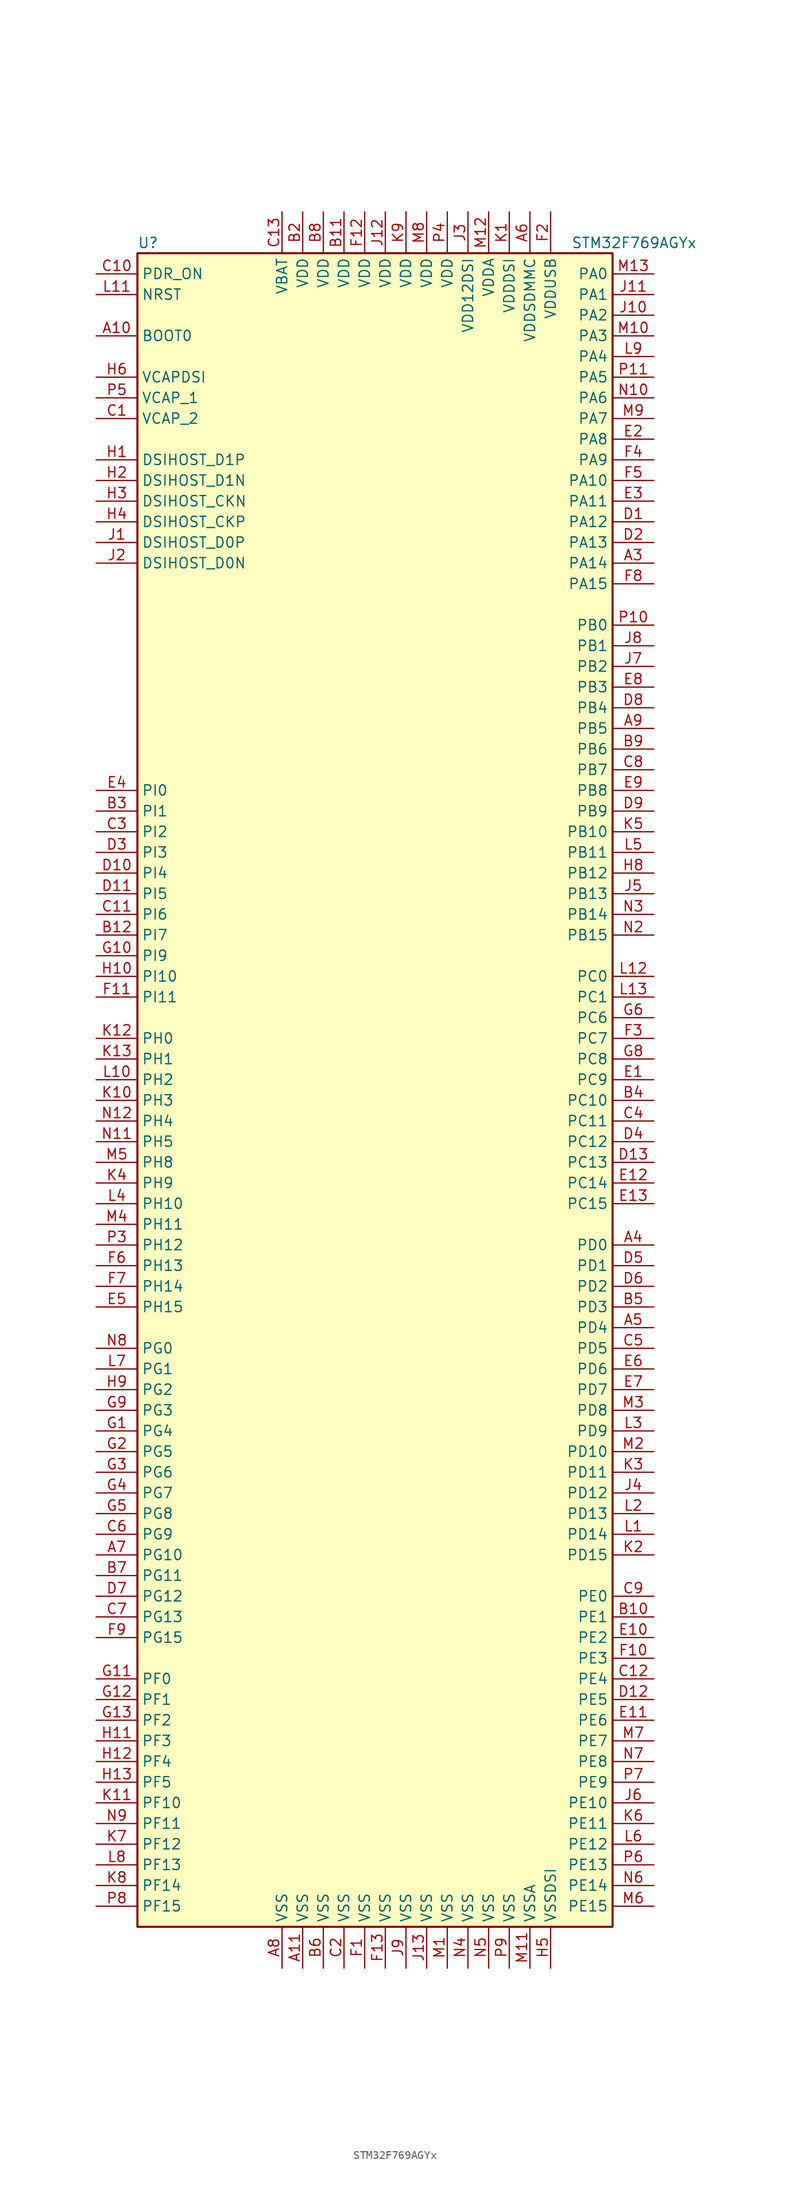
<source format=kicad_sym>
(kicad_symbol_lib
  (version 20200908)
  (generator kicad_symbol_editor)
  (symbol "MCU_ST_STM32F7:STM32F769AGYx"
    (property "Reference" "U"
      (at -30.48 102.87 0)
      (effects (font (size 1.27 1.27)) (justify left)))
    (property "Value" "STM32F769AGYx"
      (at 22.86 102.87 0)
      (effects (font (size 1.27 1.27)) (justify left)))
    (symbol "STM32F769AGYx_0_1"
      (rectangle (start -30.48 -104.14) (end 27.94 101.6) (stroke (width 0.254)) (fill (type background))))
    (symbol "STM32F769AGYx_1_1"
      (pin input line (at -35.56 91.44 0) (length 5.08) (name "BOOT0" (effects (font (size 1.27 1.27)))) (number "A10" (effects (font (size 1.27 1.27)))))
      (pin bidirectional line (at -35.56 71.12 0) (length 5.08) (name "DSIHOST_CKN" (effects (font (size 1.27 1.27)))) (number "H3" (effects (font (size 1.27 1.27)))))
      (pin bidirectional line (at -35.56 68.58 0) (length 5.08) (name "DSIHOST_CKP" (effects (font (size 1.27 1.27)))) (number "H4" (effects (font (size 1.27 1.27)))))
      (pin bidirectional line (at -35.56 63.5 0) (length 5.08) (name "DSIHOST_D0N" (effects (font (size 1.27 1.27)))) (number "J2" (effects (font (size 1.27 1.27)))))
      (pin bidirectional line (at -35.56 66.04 0) (length 5.08) (name "DSIHOST_D0P" (effects (font (size 1.27 1.27)))) (number "J1" (effects (font (size 1.27 1.27)))))
      (pin bidirectional line (at -35.56 73.66 0) (length 5.08) (name "DSIHOST_D1N" (effects (font (size 1.27 1.27)))) (number "H2" (effects (font (size 1.27 1.27)))))
      (pin bidirectional line (at -35.56 76.2 0) (length 5.08) (name "DSIHOST_D1P" (effects (font (size 1.27 1.27)))) (number "H1" (effects (font (size 1.27 1.27)))))
      (pin unconnected line (at -30.48 -101.6 0) (length 5.08) hide (name "NC" (effects (font (size 1.27 1.27)))) (number "A1" (effects (font (size 1.27 1.27)))))
      (pin unconnected line (at -30.48 -96.52 0) (length 5.08) hide (name "NC" (effects (font (size 1.27 1.27)))) (number "A12" (effects (font (size 1.27 1.27)))))
      (pin unconnected line (at -30.48 -93.98 0) (length 5.08) hide (name "NC" (effects (font (size 1.27 1.27)))) (number "A13" (effects (font (size 1.27 1.27)))))
      (pin unconnected line (at -30.48 -99.06 0) (length 5.08) hide (name "NC" (effects (font (size 1.27 1.27)))) (number "A2" (effects (font (size 1.27 1.27)))))
      (pin unconnected line (at -30.48 -91.44 0) (length 5.08) hide (name "NC" (effects (font (size 1.27 1.27)))) (number "B1" (effects (font (size 1.27 1.27)))))
      (pin unconnected line (at -30.48 -88.9 0) (length 5.08) hide (name "NC" (effects (font (size 1.27 1.27)))) (number "B13" (effects (font (size 1.27 1.27)))))
      (pin unconnected line (at -30.48 -86.36 0) (length 5.08) hide (name "NC" (effects (font (size 1.27 1.27)))) (number "N1" (effects (font (size 1.27 1.27)))))
      (pin unconnected line (at -30.48 -83.82 0) (length 5.08) hide (name "NC" (effects (font (size 1.27 1.27)))) (number "N13" (effects (font (size 1.27 1.27)))))
      (pin unconnected line (at -30.48 -81.28 0) (length 5.08) hide (name "NC" (effects (font (size 1.27 1.27)))) (number "P1" (effects (font (size 1.27 1.27)))))
      (pin unconnected line (at -30.48 -76.2 0) (length 5.08) hide (name "NC" (effects (font (size 1.27 1.27)))) (number "P12" (effects (font (size 1.27 1.27)))))
      (pin unconnected line (at -30.48 -73.66 0) (length 5.08) hide (name "NC" (effects (font (size 1.27 1.27)))) (number "P13" (effects (font (size 1.27 1.27)))))
      (pin unconnected line (at -30.48 -78.74 0) (length 5.08) hide (name "NC" (effects (font (size 1.27 1.27)))) (number "P2" (effects (font (size 1.27 1.27)))))
      (pin input line (at -35.56 96.52 0) (length 5.08) (name "NRST" (effects (font (size 1.27 1.27)))) (number "L11" (effects (font (size 1.27 1.27)))))
      (pin bidirectional line (at 33.02 99.06 180) (length 5.08) (name "PA0" (effects (font (size 1.27 1.27)))) (number "M13" (effects (font (size 1.27 1.27)))))
      (pin bidirectional line (at 33.02 96.52 180) (length 5.08) (name "PA1" (effects (font (size 1.27 1.27)))) (number "J11" (effects (font (size 1.27 1.27)))))
      (pin bidirectional line (at 33.02 73.66 180) (length 5.08) (name "PA10" (effects (font (size 1.27 1.27)))) (number "F5" (effects (font (size 1.27 1.27)))))
      (pin bidirectional line (at 33.02 71.12 180) (length 5.08) (name "PA11" (effects (font (size 1.27 1.27)))) (number "E3" (effects (font (size 1.27 1.27)))))
      (pin bidirectional line (at 33.02 68.58 180) (length 5.08) (name "PA12" (effects (font (size 1.27 1.27)))) (number "D1" (effects (font (size 1.27 1.27)))))
      (pin bidirectional line (at 33.02 66.04 180) (length 5.08) (name "PA13" (effects (font (size 1.27 1.27)))) (number "D2" (effects (font (size 1.27 1.27)))))
      (pin bidirectional line (at 33.02 63.5 180) (length 5.08) (name "PA14" (effects (font (size 1.27 1.27)))) (number "A3" (effects (font (size 1.27 1.27)))))
      (pin bidirectional line (at 33.02 60.96 180) (length 5.08) (name "PA15" (effects (font (size 1.27 1.27)))) (number "F8" (effects (font (size 1.27 1.27)))))
      (pin bidirectional line (at 33.02 93.98 180) (length 5.08) (name "PA2" (effects (font (size 1.27 1.27)))) (number "J10" (effects (font (size 1.27 1.27)))))
      (pin bidirectional line (at 33.02 91.44 180) (length 5.08) (name "PA3" (effects (font (size 1.27 1.27)))) (number "M10" (effects (font (size 1.27 1.27)))))
      (pin bidirectional line (at 33.02 88.9 180) (length 5.08) (name "PA4" (effects (font (size 1.27 1.27)))) (number "L9" (effects (font (size 1.27 1.27)))))
      (pin bidirectional line (at 33.02 86.36 180) (length 5.08) (name "PA5" (effects (font (size 1.27 1.27)))) (number "P11" (effects (font (size 1.27 1.27)))))
      (pin bidirectional line (at 33.02 83.82 180) (length 5.08) (name "PA6" (effects (font (size 1.27 1.27)))) (number "N10" (effects (font (size 1.27 1.27)))))
      (pin bidirectional line (at 33.02 81.28 180) (length 5.08) (name "PA7" (effects (font (size 1.27 1.27)))) (number "M9" (effects (font (size 1.27 1.27)))))
      (pin bidirectional line (at 33.02 78.74 180) (length 5.08) (name "PA8" (effects (font (size 1.27 1.27)))) (number "E2" (effects (font (size 1.27 1.27)))))
      (pin bidirectional line (at 33.02 76.2 180) (length 5.08) (name "PA9" (effects (font (size 1.27 1.27)))) (number "F4" (effects (font (size 1.27 1.27)))))
      (pin bidirectional line (at 33.02 55.88 180) (length 5.08) (name "PB0" (effects (font (size 1.27 1.27)))) (number "P10" (effects (font (size 1.27 1.27)))))
      (pin bidirectional line (at 33.02 53.34 180) (length 5.08) (name "PB1" (effects (font (size 1.27 1.27)))) (number "J8" (effects (font (size 1.27 1.27)))))
      (pin bidirectional line (at 33.02 30.48 180) (length 5.08) (name "PB10" (effects (font (size 1.27 1.27)))) (number "K5" (effects (font (size 1.27 1.27)))))
      (pin bidirectional line (at 33.02 27.94 180) (length 5.08) (name "PB11" (effects (font (size 1.27 1.27)))) (number "L5" (effects (font (size 1.27 1.27)))))
      (pin bidirectional line (at 33.02 25.4 180) (length 5.08) (name "PB12" (effects (font (size 1.27 1.27)))) (number "H8" (effects (font (size 1.27 1.27)))))
      (pin bidirectional line (at 33.02 22.86 180) (length 5.08) (name "PB13" (effects (font (size 1.27 1.27)))) (number "J5" (effects (font (size 1.27 1.27)))))
      (pin bidirectional line (at 33.02 20.32 180) (length 5.08) (name "PB14" (effects (font (size 1.27 1.27)))) (number "N3" (effects (font (size 1.27 1.27)))))
      (pin bidirectional line (at 33.02 17.78 180) (length 5.08) (name "PB15" (effects (font (size 1.27 1.27)))) (number "N2" (effects (font (size 1.27 1.27)))))
      (pin bidirectional line (at 33.02 50.8 180) (length 5.08) (name "PB2" (effects (font (size 1.27 1.27)))) (number "J7" (effects (font (size 1.27 1.27)))))
      (pin bidirectional line (at 33.02 48.26 180) (length 5.08) (name "PB3" (effects (font (size 1.27 1.27)))) (number "E8" (effects (font (size 1.27 1.27)))))
      (pin bidirectional line (at 33.02 45.72 180) (length 5.08) (name "PB4" (effects (font (size 1.27 1.27)))) (number "D8" (effects (font (size 1.27 1.27)))))
      (pin bidirectional line (at 33.02 43.18 180) (length 5.08) (name "PB5" (effects (font (size 1.27 1.27)))) (number "A9" (effects (font (size 1.27 1.27)))))
      (pin bidirectional line (at 33.02 40.64 180) (length 5.08) (name "PB6" (effects (font (size 1.27 1.27)))) (number "B9" (effects (font (size 1.27 1.27)))))
      (pin bidirectional line (at 33.02 38.1 180) (length 5.08) (name "PB7" (effects (font (size 1.27 1.27)))) (number "C8" (effects (font (size 1.27 1.27)))))
      (pin bidirectional line (at 33.02 35.56 180) (length 5.08) (name "PB8" (effects (font (size 1.27 1.27)))) (number "E9" (effects (font (size 1.27 1.27)))))
      (pin bidirectional line (at 33.02 33.02 180) (length 5.08) (name "PB9" (effects (font (size 1.27 1.27)))) (number "D9" (effects (font (size 1.27 1.27)))))
      (pin bidirectional line (at 33.02 12.7 180) (length 5.08) (name "PC0" (effects (font (size 1.27 1.27)))) (number "L12" (effects (font (size 1.27 1.27)))))
      (pin bidirectional line (at 33.02 10.16 180) (length 5.08) (name "PC1" (effects (font (size 1.27 1.27)))) (number "L13" (effects (font (size 1.27 1.27)))))
      (pin bidirectional line (at 33.02 -2.54 180) (length 5.08) (name "PC10" (effects (font (size 1.27 1.27)))) (number "B4" (effects (font (size 1.27 1.27)))))
      (pin bidirectional line (at 33.02 -5.08 180) (length 5.08) (name "PC11" (effects (font (size 1.27 1.27)))) (number "C4" (effects (font (size 1.27 1.27)))))
      (pin bidirectional line (at 33.02 -7.62 180) (length 5.08) (name "PC12" (effects (font (size 1.27 1.27)))) (number "D4" (effects (font (size 1.27 1.27)))))
      (pin bidirectional line (at 33.02 -10.16 180) (length 5.08) (name "PC13" (effects (font (size 1.27 1.27)))) (number "D13" (effects (font (size 1.27 1.27)))))
      (pin bidirectional line (at 33.02 -12.7 180) (length 5.08) (name "PC14" (effects (font (size 1.27 1.27)))) (number "E12" (effects (font (size 1.27 1.27)))))
      (pin bidirectional line (at 33.02 -15.24 180) (length 5.08) (name "PC15" (effects (font (size 1.27 1.27)))) (number "E13" (effects (font (size 1.27 1.27)))))
      (pin bidirectional line (at 33.02 7.62 180) (length 5.08) (name "PC6" (effects (font (size 1.27 1.27)))) (number "G6" (effects (font (size 1.27 1.27)))))
      (pin bidirectional line (at 33.02 5.08 180) (length 5.08) (name "PC7" (effects (font (size 1.27 1.27)))) (number "F3" (effects (font (size 1.27 1.27)))))
      (pin bidirectional line (at 33.02 2.54 180) (length 5.08) (name "PC8" (effects (font (size 1.27 1.27)))) (number "G8" (effects (font (size 1.27 1.27)))))
      (pin bidirectional line (at 33.02 0 180) (length 5.08) (name "PC9" (effects (font (size 1.27 1.27)))) (number "E1" (effects (font (size 1.27 1.27)))))
      (pin bidirectional line (at 33.02 -20.32 180) (length 5.08) (name "PD0" (effects (font (size 1.27 1.27)))) (number "A4" (effects (font (size 1.27 1.27)))))
      (pin bidirectional line (at 33.02 -22.86 180) (length 5.08) (name "PD1" (effects (font (size 1.27 1.27)))) (number "D5" (effects (font (size 1.27 1.27)))))
      (pin bidirectional line (at 33.02 -45.72 180) (length 5.08) (name "PD10" (effects (font (size 1.27 1.27)))) (number "M2" (effects (font (size 1.27 1.27)))))
      (pin bidirectional line (at 33.02 -48.26 180) (length 5.08) (name "PD11" (effects (font (size 1.27 1.27)))) (number "K3" (effects (font (size 1.27 1.27)))))
      (pin bidirectional line (at 33.02 -50.8 180) (length 5.08) (name "PD12" (effects (font (size 1.27 1.27)))) (number "J4" (effects (font (size 1.27 1.27)))))
      (pin bidirectional line (at 33.02 -53.34 180) (length 5.08) (name "PD13" (effects (font (size 1.27 1.27)))) (number "L2" (effects (font (size 1.27 1.27)))))
      (pin bidirectional line (at 33.02 -55.88 180) (length 5.08) (name "PD14" (effects (font (size 1.27 1.27)))) (number "L1" (effects (font (size 1.27 1.27)))))
      (pin bidirectional line (at 33.02 -58.42 180) (length 5.08) (name "PD15" (effects (font (size 1.27 1.27)))) (number "K2" (effects (font (size 1.27 1.27)))))
      (pin bidirectional line (at 33.02 -25.4 180) (length 5.08) (name "PD2" (effects (font (size 1.27 1.27)))) (number "D6" (effects (font (size 1.27 1.27)))))
      (pin bidirectional line (at 33.02 -27.94 180) (length 5.08) (name "PD3" (effects (font (size 1.27 1.27)))) (number "B5" (effects (font (size 1.27 1.27)))))
      (pin bidirectional line (at 33.02 -30.48 180) (length 5.08) (name "PD4" (effects (font (size 1.27 1.27)))) (number "A5" (effects (font (size 1.27 1.27)))))
      (pin bidirectional line (at 33.02 -33.02 180) (length 5.08) (name "PD5" (effects (font (size 1.27 1.27)))) (number "C5" (effects (font (size 1.27 1.27)))))
      (pin bidirectional line (at 33.02 -35.56 180) (length 5.08) (name "PD6" (effects (font (size 1.27 1.27)))) (number "E6" (effects (font (size 1.27 1.27)))))
      (pin bidirectional line (at 33.02 -38.1 180) (length 5.08) (name "PD7" (effects (font (size 1.27 1.27)))) (number "E7" (effects (font (size 1.27 1.27)))))
      (pin bidirectional line (at 33.02 -40.64 180) (length 5.08) (name "PD8" (effects (font (size 1.27 1.27)))) (number "M3" (effects (font (size 1.27 1.27)))))
      (pin bidirectional line (at 33.02 -43.18 180) (length 5.08) (name "PD9" (effects (font (size 1.27 1.27)))) (number "L3" (effects (font (size 1.27 1.27)))))
      (pin input line (at -35.56 99.06 0) (length 5.08) (name "PDR_ON" (effects (font (size 1.27 1.27)))) (number "C10" (effects (font (size 1.27 1.27)))))
      (pin bidirectional line (at 33.02 -63.5 180) (length 5.08) (name "PE0" (effects (font (size 1.27 1.27)))) (number "C9" (effects (font (size 1.27 1.27)))))
      (pin bidirectional line (at 33.02 -66.04 180) (length 5.08) (name "PE1" (effects (font (size 1.27 1.27)))) (number "B10" (effects (font (size 1.27 1.27)))))
      (pin bidirectional line (at 33.02 -88.9 180) (length 5.08) (name "PE10" (effects (font (size 1.27 1.27)))) (number "J6" (effects (font (size 1.27 1.27)))))
      (pin bidirectional line (at 33.02 -91.44 180) (length 5.08) (name "PE11" (effects (font (size 1.27 1.27)))) (number "K6" (effects (font (size 1.27 1.27)))))
      (pin bidirectional line (at 33.02 -93.98 180) (length 5.08) (name "PE12" (effects (font (size 1.27 1.27)))) (number "L6" (effects (font (size 1.27 1.27)))))
      (pin bidirectional line (at 33.02 -96.52 180) (length 5.08) (name "PE13" (effects (font (size 1.27 1.27)))) (number "P6" (effects (font (size 1.27 1.27)))))
      (pin bidirectional line (at 33.02 -99.06 180) (length 5.08) (name "PE14" (effects (font (size 1.27 1.27)))) (number "N6" (effects (font (size 1.27 1.27)))))
      (pin bidirectional line (at 33.02 -101.6 180) (length 5.08) (name "PE15" (effects (font (size 1.27 1.27)))) (number "M6" (effects (font (size 1.27 1.27)))))
      (pin bidirectional line (at 33.02 -68.58 180) (length 5.08) (name "PE2" (effects (font (size 1.27 1.27)))) (number "E10" (effects (font (size 1.27 1.27)))))
      (pin bidirectional line (at 33.02 -71.12 180) (length 5.08) (name "PE3" (effects (font (size 1.27 1.27)))) (number "F10" (effects (font (size 1.27 1.27)))))
      (pin bidirectional line (at 33.02 -73.66 180) (length 5.08) (name "PE4" (effects (font (size 1.27 1.27)))) (number "C12" (effects (font (size 1.27 1.27)))))
      (pin bidirectional line (at 33.02 -76.2 180) (length 5.08) (name "PE5" (effects (font (size 1.27 1.27)))) (number "D12" (effects (font (size 1.27 1.27)))))
      (pin bidirectional line (at 33.02 -78.74 180) (length 5.08) (name "PE6" (effects (font (size 1.27 1.27)))) (number "E11" (effects (font (size 1.27 1.27)))))
      (pin bidirectional line (at 33.02 -81.28 180) (length 5.08) (name "PE7" (effects (font (size 1.27 1.27)))) (number "M7" (effects (font (size 1.27 1.27)))))
      (pin bidirectional line (at 33.02 -83.82 180) (length 5.08) (name "PE8" (effects (font (size 1.27 1.27)))) (number "N7" (effects (font (size 1.27 1.27)))))
      (pin bidirectional line (at 33.02 -86.36 180) (length 5.08) (name "PE9" (effects (font (size 1.27 1.27)))) (number "P7" (effects (font (size 1.27 1.27)))))
      (pin bidirectional line (at -35.56 -73.66 0) (length 5.08) (name "PF0" (effects (font (size 1.27 1.27)))) (number "G11" (effects (font (size 1.27 1.27)))))
      (pin bidirectional line (at -35.56 -76.2 0) (length 5.08) (name "PF1" (effects (font (size 1.27 1.27)))) (number "G12" (effects (font (size 1.27 1.27)))))
      (pin bidirectional line (at -35.56 -88.9 0) (length 5.08) (name "PF10" (effects (font (size 1.27 1.27)))) (number "K11" (effects (font (size 1.27 1.27)))))
      (pin bidirectional line (at -35.56 -91.44 0) (length 5.08) (name "PF11" (effects (font (size 1.27 1.27)))) (number "N9" (effects (font (size 1.27 1.27)))))
      (pin bidirectional line (at -35.56 -93.98 0) (length 5.08) (name "PF12" (effects (font (size 1.27 1.27)))) (number "K7" (effects (font (size 1.27 1.27)))))
      (pin bidirectional line (at -35.56 -96.52 0) (length 5.08) (name "PF13" (effects (font (size 1.27 1.27)))) (number "L8" (effects (font (size 1.27 1.27)))))
      (pin bidirectional line (at -35.56 -99.06 0) (length 5.08) (name "PF14" (effects (font (size 1.27 1.27)))) (number "K8" (effects (font (size 1.27 1.27)))))
      (pin bidirectional line (at -35.56 -101.6 0) (length 5.08) (name "PF15" (effects (font (size 1.27 1.27)))) (number "P8" (effects (font (size 1.27 1.27)))))
      (pin bidirectional line (at -35.56 -78.74 0) (length 5.08) (name "PF2" (effects (font (size 1.27 1.27)))) (number "G13" (effects (font (size 1.27 1.27)))))
      (pin bidirectional line (at -35.56 -81.28 0) (length 5.08) (name "PF3" (effects (font (size 1.27 1.27)))) (number "H11" (effects (font (size 1.27 1.27)))))
      (pin bidirectional line (at -35.56 -83.82 0) (length 5.08) (name "PF4" (effects (font (size 1.27 1.27)))) (number "H12" (effects (font (size 1.27 1.27)))))
      (pin bidirectional line (at -35.56 -86.36 0) (length 5.08) (name "PF5" (effects (font (size 1.27 1.27)))) (number "H13" (effects (font (size 1.27 1.27)))))
      (pin bidirectional line (at -35.56 -33.02 0) (length 5.08) (name "PG0" (effects (font (size 1.27 1.27)))) (number "N8" (effects (font (size 1.27 1.27)))))
      (pin bidirectional line (at -35.56 -35.56 0) (length 5.08) (name "PG1" (effects (font (size 1.27 1.27)))) (number "L7" (effects (font (size 1.27 1.27)))))
      (pin bidirectional line (at -35.56 -58.42 0) (length 5.08) (name "PG10" (effects (font (size 1.27 1.27)))) (number "A7" (effects (font (size 1.27 1.27)))))
      (pin bidirectional line (at -35.56 -60.96 0) (length 5.08) (name "PG11" (effects (font (size 1.27 1.27)))) (number "B7" (effects (font (size 1.27 1.27)))))
      (pin bidirectional line (at -35.56 -63.5 0) (length 5.08) (name "PG12" (effects (font (size 1.27 1.27)))) (number "D7" (effects (font (size 1.27 1.27)))))
      (pin bidirectional line (at -35.56 -66.04 0) (length 5.08) (name "PG13" (effects (font (size 1.27 1.27)))) (number "C7" (effects (font (size 1.27 1.27)))))
      (pin bidirectional line (at -35.56 -68.58 0) (length 5.08) (name "PG15" (effects (font (size 1.27 1.27)))) (number "F9" (effects (font (size 1.27 1.27)))))
      (pin bidirectional line (at -35.56 -38.1 0) (length 5.08) (name "PG2" (effects (font (size 1.27 1.27)))) (number "H9" (effects (font (size 1.27 1.27)))))
      (pin bidirectional line (at -35.56 -40.64 0) (length 5.08) (name "PG3" (effects (font (size 1.27 1.27)))) (number "G9" (effects (font (size 1.27 1.27)))))
      (pin bidirectional line (at -35.56 -43.18 0) (length 5.08) (name "PG4" (effects (font (size 1.27 1.27)))) (number "G1" (effects (font (size 1.27 1.27)))))
      (pin bidirectional line (at -35.56 -45.72 0) (length 5.08) (name "PG5" (effects (font (size 1.27 1.27)))) (number "G2" (effects (font (size 1.27 1.27)))))
      (pin bidirectional line (at -35.56 -48.26 0) (length 5.08) (name "PG6" (effects (font (size 1.27 1.27)))) (number "G3" (effects (font (size 1.27 1.27)))))
      (pin bidirectional line (at -35.56 -50.8 0) (length 5.08) (name "PG7" (effects (font (size 1.27 1.27)))) (number "G4" (effects (font (size 1.27 1.27)))))
      (pin bidirectional line (at -35.56 -53.34 0) (length 5.08) (name "PG8" (effects (font (size 1.27 1.27)))) (number "G5" (effects (font (size 1.27 1.27)))))
      (pin bidirectional line (at -35.56 -55.88 0) (length 5.08) (name "PG9" (effects (font (size 1.27 1.27)))) (number "C6" (effects (font (size 1.27 1.27)))))
      (pin input line (at -35.56 5.08 0) (length 5.08) (name "PH0" (effects (font (size 1.27 1.27)))) (number "K12" (effects (font (size 1.27 1.27)))))
      (pin input line (at -35.56 2.54 0) (length 5.08) (name "PH1" (effects (font (size 1.27 1.27)))) (number "K13" (effects (font (size 1.27 1.27)))))
      (pin bidirectional line (at -35.56 -15.24 0) (length 5.08) (name "PH10" (effects (font (size 1.27 1.27)))) (number "L4" (effects (font (size 1.27 1.27)))))
      (pin bidirectional line (at -35.56 -17.78 0) (length 5.08) (name "PH11" (effects (font (size 1.27 1.27)))) (number "M4" (effects (font (size 1.27 1.27)))))
      (pin bidirectional line (at -35.56 -20.32 0) (length 5.08) (name "PH12" (effects (font (size 1.27 1.27)))) (number "P3" (effects (font (size 1.27 1.27)))))
      (pin bidirectional line (at -35.56 -22.86 0) (length 5.08) (name "PH13" (effects (font (size 1.27 1.27)))) (number "F6" (effects (font (size 1.27 1.27)))))
      (pin bidirectional line (at -35.56 -25.4 0) (length 5.08) (name "PH14" (effects (font (size 1.27 1.27)))) (number "F7" (effects (font (size 1.27 1.27)))))
      (pin bidirectional line (at -35.56 -27.94 0) (length 5.08) (name "PH15" (effects (font (size 1.27 1.27)))) (number "E5" (effects (font (size 1.27 1.27)))))
      (pin bidirectional line (at -35.56 0 0) (length 5.08) (name "PH2" (effects (font (size 1.27 1.27)))) (number "L10" (effects (font (size 1.27 1.27)))))
      (pin bidirectional line (at -35.56 -2.54 0) (length 5.08) (name "PH3" (effects (font (size 1.27 1.27)))) (number "K10" (effects (font (size 1.27 1.27)))))
      (pin bidirectional line (at -35.56 -5.08 0) (length 5.08) (name "PH4" (effects (font (size 1.27 1.27)))) (number "N12" (effects (font (size 1.27 1.27)))))
      (pin bidirectional line (at -35.56 -7.62 0) (length 5.08) (name "PH5" (effects (font (size 1.27 1.27)))) (number "N11" (effects (font (size 1.27 1.27)))))
      (pin bidirectional line (at -35.56 -10.16 0) (length 5.08) (name "PH8" (effects (font (size 1.27 1.27)))) (number "M5" (effects (font (size 1.27 1.27)))))
      (pin bidirectional line (at -35.56 -12.7 0) (length 5.08) (name "PH9" (effects (font (size 1.27 1.27)))) (number "K4" (effects (font (size 1.27 1.27)))))
      (pin bidirectional line (at -35.56 35.56 0) (length 5.08) (name "PI0" (effects (font (size 1.27 1.27)))) (number "E4" (effects (font (size 1.27 1.27)))))
      (pin bidirectional line (at -35.56 33.02 0) (length 5.08) (name "PI1" (effects (font (size 1.27 1.27)))) (number "B3" (effects (font (size 1.27 1.27)))))
      (pin bidirectional line (at -35.56 12.7 0) (length 5.08) (name "PI10" (effects (font (size 1.27 1.27)))) (number "H10" (effects (font (size 1.27 1.27)))))
      (pin bidirectional line (at -35.56 10.16 0) (length 5.08) (name "PI11" (effects (font (size 1.27 1.27)))) (number "F11" (effects (font (size 1.27 1.27)))))
      (pin bidirectional line (at -35.56 30.48 0) (length 5.08) (name "PI2" (effects (font (size 1.27 1.27)))) (number "C3" (effects (font (size 1.27 1.27)))))
      (pin bidirectional line (at -35.56 27.94 0) (length 5.08) (name "PI3" (effects (font (size 1.27 1.27)))) (number "D3" (effects (font (size 1.27 1.27)))))
      (pin bidirectional line (at -35.56 25.4 0) (length 5.08) (name "PI4" (effects (font (size 1.27 1.27)))) (number "D10" (effects (font (size 1.27 1.27)))))
      (pin bidirectional line (at -35.56 22.86 0) (length 5.08) (name "PI5" (effects (font (size 1.27 1.27)))) (number "D11" (effects (font (size 1.27 1.27)))))
      (pin bidirectional line (at -35.56 20.32 0) (length 5.08) (name "PI6" (effects (font (size 1.27 1.27)))) (number "C11" (effects (font (size 1.27 1.27)))))
      (pin bidirectional line (at -35.56 17.78 0) (length 5.08) (name "PI7" (effects (font (size 1.27 1.27)))) (number "B12" (effects (font (size 1.27 1.27)))))
      (pin bidirectional line (at -35.56 15.24 0) (length 5.08) (name "PI9" (effects (font (size 1.27 1.27)))) (number "G10" (effects (font (size 1.27 1.27)))))
      (pin power_in line (at -12.7 106.68 270) (length 5.08) (name "VBAT" (effects (font (size 1.27 1.27)))) (number "C13" (effects (font (size 1.27 1.27)))))
      (pin power_in line (at -35.56 86.36 0) (length 5.08) (name "VCAPDSI" (effects (font (size 1.27 1.27)))) (number "H6" (effects (font (size 1.27 1.27)))))
      (pin power_in line (at -35.56 83.82 0) (length 5.08) (name "VCAP_1" (effects (font (size 1.27 1.27)))) (number "P5" (effects (font (size 1.27 1.27)))))
      (pin power_in line (at -35.56 81.28 0) (length 5.08) (name "VCAP_2" (effects (font (size 1.27 1.27)))) (number "C1" (effects (font (size 1.27 1.27)))))
      (pin power_in line (at -5.08 106.68 270) (length 5.08) (name "VDD" (effects (font (size 1.27 1.27)))) (number "B11" (effects (font (size 1.27 1.27)))))
      (pin power_in line (at -10.16 106.68 270) (length 5.08) (name "VDD" (effects (font (size 1.27 1.27)))) (number "B2" (effects (font (size 1.27 1.27)))))
      (pin power_in line (at -7.62 106.68 270) (length 5.08) (name "VDD" (effects (font (size 1.27 1.27)))) (number "B8" (effects (font (size 1.27 1.27)))))
      (pin power_in line (at -2.54 106.68 270) (length 5.08) (name "VDD" (effects (font (size 1.27 1.27)))) (number "F12" (effects (font (size 1.27 1.27)))))
      (pin power_in line (at 0 106.68 270) (length 5.08) (name "VDD" (effects (font (size 1.27 1.27)))) (number "J12" (effects (font (size 1.27 1.27)))))
      (pin power_in line (at 2.54 106.68 270) (length 5.08) (name "VDD" (effects (font (size 1.27 1.27)))) (number "K9" (effects (font (size 1.27 1.27)))))
      (pin power_in line (at 5.08 106.68 270) (length 5.08) (name "VDD" (effects (font (size 1.27 1.27)))) (number "M8" (effects (font (size 1.27 1.27)))))
      (pin power_in line (at 7.62 106.68 270) (length 5.08) (name "VDD" (effects (font (size 1.27 1.27)))) (number "P4" (effects (font (size 1.27 1.27)))))
      (pin power_in line (at 10.16 106.68 270) (length 5.08) (name "VDD12DSI" (effects (font (size 1.27 1.27)))) (number "J3" (effects (font (size 1.27 1.27)))))
      (pin power_in line (at 12.7 106.68 270) (length 5.08) (name "VDDA" (effects (font (size 1.27 1.27)))) (number "M12" (effects (font (size 1.27 1.27)))))
      (pin power_in line (at 15.24 106.68 270) (length 5.08) (name "VDDDSI" (effects (font (size 1.27 1.27)))) (number "K1" (effects (font (size 1.27 1.27)))))
      (pin power_in line (at 17.78 106.68 270) (length 5.08) (name "VDDSDMMC" (effects (font (size 1.27 1.27)))) (number "A6" (effects (font (size 1.27 1.27)))))
      (pin power_in line (at 20.32 106.68 270) (length 5.08) (name "VDDUSB" (effects (font (size 1.27 1.27)))) (number "F2" (effects (font (size 1.27 1.27)))))
      (pin power_in line (at -10.16 -109.22 90) (length 5.08) (name "VSS" (effects (font (size 1.27 1.27)))) (number "A11" (effects (font (size 1.27 1.27)))))
      (pin power_in line (at -12.7 -109.22 90) (length 5.08) (name "VSS" (effects (font (size 1.27 1.27)))) (number "A8" (effects (font (size 1.27 1.27)))))
      (pin power_in line (at -7.62 -109.22 90) (length 5.08) (name "VSS" (effects (font (size 1.27 1.27)))) (number "B6" (effects (font (size 1.27 1.27)))))
      (pin power_in line (at -5.08 -109.22 90) (length 5.08) (name "VSS" (effects (font (size 1.27 1.27)))) (number "C2" (effects (font (size 1.27 1.27)))))
      (pin power_in line (at -2.54 -109.22 90) (length 5.08) (name "VSS" (effects (font (size 1.27 1.27)))) (number "F1" (effects (font (size 1.27 1.27)))))
      (pin power_in line (at 0 -109.22 90) (length 5.08) (name "VSS" (effects (font (size 1.27 1.27)))) (number "F13" (effects (font (size 1.27 1.27)))))
      (pin power_in line (at 5.08 -109.22 90) (length 5.08) (name "VSS" (effects (font (size 1.27 1.27)))) (number "J13" (effects (font (size 1.27 1.27)))))
      (pin power_in line (at 2.54 -109.22 90) (length 5.08) (name "VSS" (effects (font (size 1.27 1.27)))) (number "J9" (effects (font (size 1.27 1.27)))))
      (pin power_in line (at 7.62 -109.22 90) (length 5.08) (name "VSS" (effects (font (size 1.27 1.27)))) (number "M1" (effects (font (size 1.27 1.27)))))
      (pin power_in line (at 10.16 -109.22 90) (length 5.08) (name "VSS" (effects (font (size 1.27 1.27)))) (number "N4" (effects (font (size 1.27 1.27)))))
      (pin power_in line (at 12.7 -109.22 90) (length 5.08) (name "VSS" (effects (font (size 1.27 1.27)))) (number "N5" (effects (font (size 1.27 1.27)))))
      (pin power_in line (at 15.24 -109.22 90) (length 5.08) (name "VSS" (effects (font (size 1.27 1.27)))) (number "P9" (effects (font (size 1.27 1.27)))))
      (pin power_in line (at 17.78 -109.22 90) (length 5.08) (name "VSSA" (effects (font (size 1.27 1.27)))) (number "M11" (effects (font (size 1.27 1.27)))))
      (pin power_in line (at 20.32 -109.22 90) (length 5.08) (name "VSSDSI" (effects (font (size 1.27 1.27)))) (number "H5" (effects (font (size 1.27 1.27))))))))
</source>
